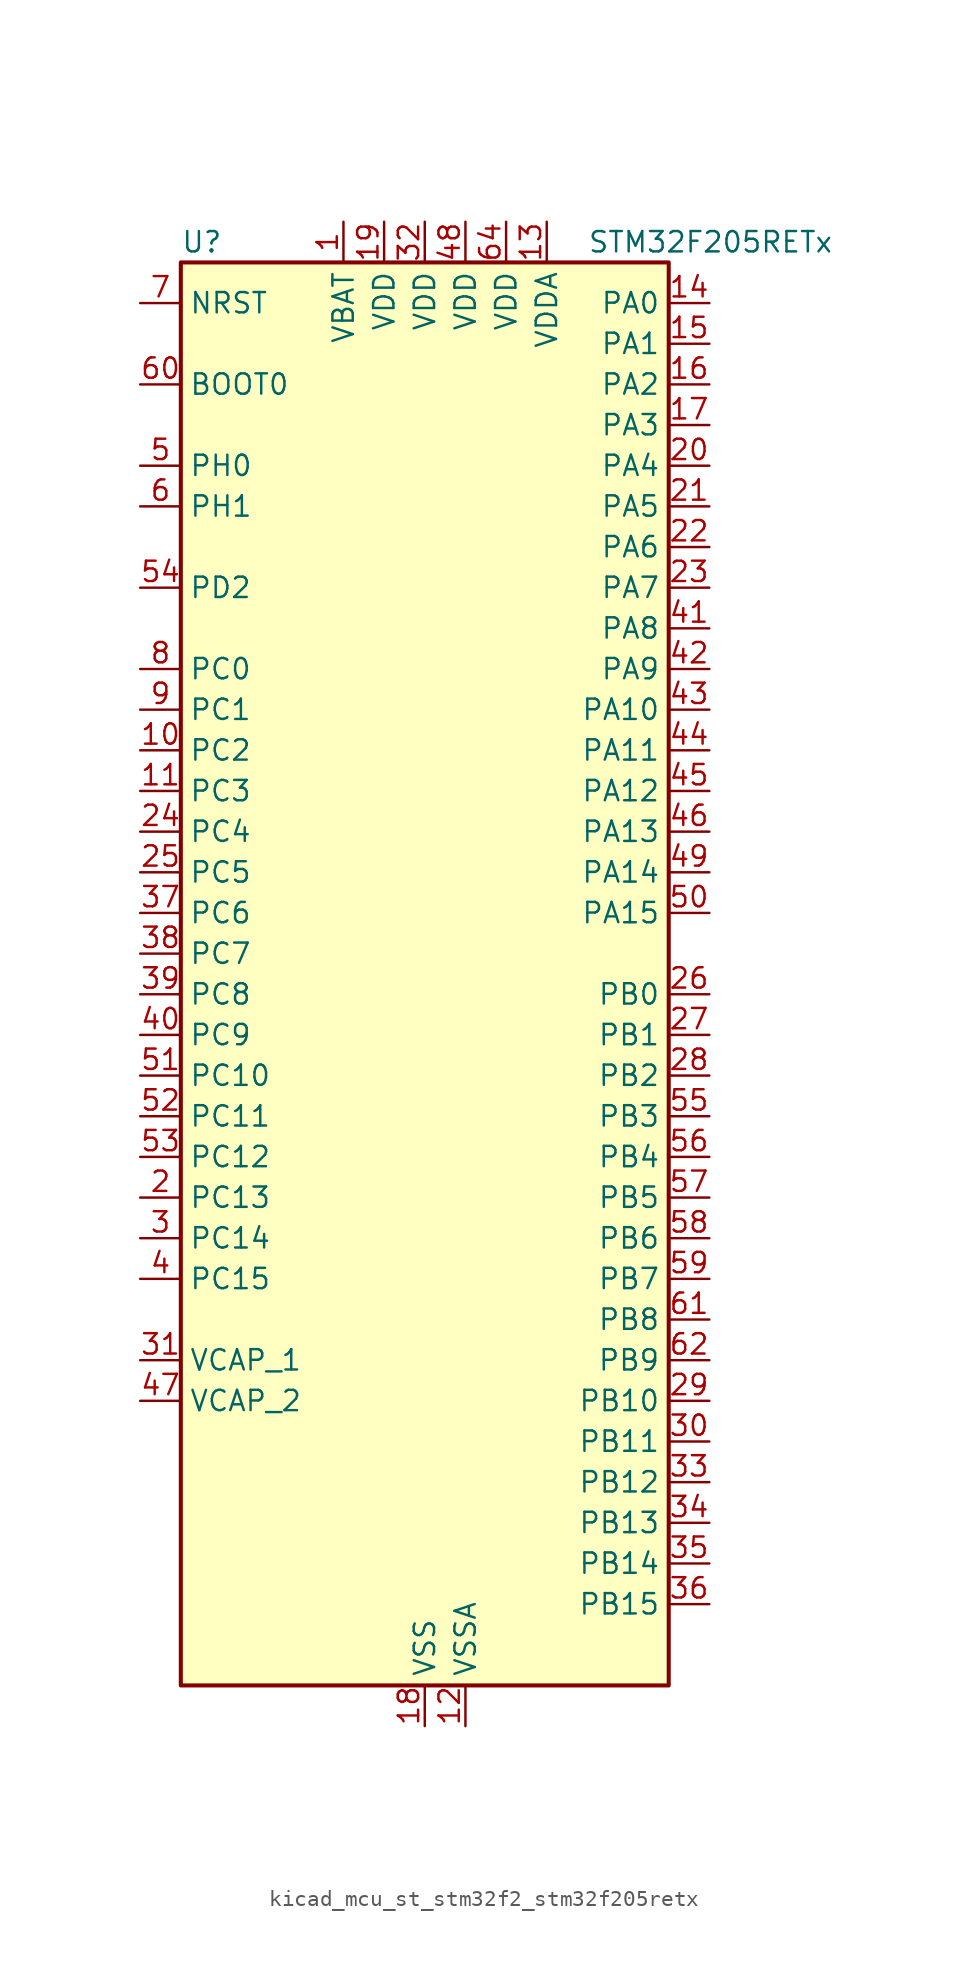
<source format=kicad_sym>
(kicad_symbol_lib
  (version 20220914)
  (generator kicad_symbol_editor)
  (symbol "kicad_mcu_st_stm32f2_stm32f205retx"
    (property "Reference" "U"
      (at -15.24 46.99 0)
      (effects (font (size 1.27 1.27)) (justify left)))
    (property "Value" "STM32F205RETx"
      (at 10.16 46.99 0)
      (effects (font (size 1.27 1.27)) (justify left)))
    (property "ki_locked" ""
      (at 0 0 0)
      (effects (font (size 1.27 1.27))))
    (symbol "kicad_mcu_st_stm32f2_stm32f205retx_0_1"
      (rectangle (start -15.24 -43.18) (end 15.24 45.72) (stroke (width 0.254) (type default)) (fill (type background))))
    (symbol "kicad_mcu_st_stm32f2_stm32f205retx_1_1"
      (pin power_in line (at -5.08 48.26 270) (length 2.54) (name "VBAT" (effects (font (size 1.27 1.27)))) (number "1" (effects (font (size 1.27 1.27)))))
      (pin bidirectional line (at -17.78 15.24 0) (length 2.54) (name "PC2" (effects (font (size 1.27 1.27)))) (number "10" (effects (font (size 1.27 1.27)))) (alternate "ADC1_IN12" bidirectional line) (alternate "ADC2_IN12" bidirectional line) (alternate "ADC3_IN12" bidirectional line) (alternate "SPI2_MISO" bidirectional line) (alternate "USB_OTG_HS_ULPI_DIR" bidirectional line))
      (pin bidirectional line (at -17.78 12.7 0) (length 2.54) (name "PC3" (effects (font (size 1.27 1.27)))) (number "11" (effects (font (size 1.27 1.27)))) (alternate "ADC1_IN13" bidirectional line) (alternate "ADC2_IN13" bidirectional line) (alternate "ADC3_IN13" bidirectional line) (alternate "I2S2_SD" bidirectional line) (alternate "SPI2_MOSI" bidirectional line) (alternate "USB_OTG_HS_ULPI_NXT" bidirectional line))
      (pin power_in line (at 2.54 -45.72 90) (length 2.54) (name "VSSA" (effects (font (size 1.27 1.27)))) (number "12" (effects (font (size 1.27 1.27)))))
      (pin power_in line (at 7.62 48.26 270) (length 2.54) (name "VDDA" (effects (font (size 1.27 1.27)))) (number "13" (effects (font (size 1.27 1.27)))))
      (pin bidirectional line (at 17.78 43.18 180) (length 2.54) (name "PA0" (effects (font (size 1.27 1.27)))) (number "14" (effects (font (size 1.27 1.27)))) (alternate "ADC1_IN0" bidirectional line) (alternate "ADC2_IN0" bidirectional line) (alternate "ADC3_IN0" bidirectional line) (alternate "SYS_WKUP" bidirectional line) (alternate "TIM2_CH1" bidirectional line) (alternate "TIM2_ETR" bidirectional line) (alternate "TIM5_CH1" bidirectional line) (alternate "TIM8_ETR" bidirectional line) (alternate "UART4_TX" bidirectional line) (alternate "USART2_CTS" bidirectional line))
      (pin bidirectional line (at 17.78 40.64 180) (length 2.54) (name "PA1" (effects (font (size 1.27 1.27)))) (number "15" (effects (font (size 1.27 1.27)))) (alternate "ADC1_IN1" bidirectional line) (alternate "ADC2_IN1" bidirectional line) (alternate "ADC3_IN1" bidirectional line) (alternate "TIM2_CH2" bidirectional line) (alternate "TIM5_CH2" bidirectional line) (alternate "UART4_RX" bidirectional line) (alternate "USART2_RTS" bidirectional line))
      (pin bidirectional line (at 17.78 38.1 180) (length 2.54) (name "PA2" (effects (font (size 1.27 1.27)))) (number "16" (effects (font (size 1.27 1.27)))) (alternate "ADC1_IN2" bidirectional line) (alternate "ADC2_IN2" bidirectional line) (alternate "ADC3_IN2" bidirectional line) (alternate "TIM2_CH3" bidirectional line) (alternate "TIM5_CH3" bidirectional line) (alternate "TIM9_CH1" bidirectional line) (alternate "USART2_TX" bidirectional line))
      (pin bidirectional line (at 17.78 35.56 180) (length 2.54) (name "PA3" (effects (font (size 1.27 1.27)))) (number "17" (effects (font (size 1.27 1.27)))) (alternate "ADC1_IN3" bidirectional line) (alternate "ADC2_IN3" bidirectional line) (alternate "ADC3_IN3" bidirectional line) (alternate "TIM2_CH4" bidirectional line) (alternate "TIM5_CH4" bidirectional line) (alternate "TIM9_CH2" bidirectional line) (alternate "USART2_RX" bidirectional line) (alternate "USB_OTG_HS_ULPI_D0" bidirectional line))
      (pin power_in line (at 0 -45.72 90) (length 2.54) (name "VSS" (effects (font (size 1.27 1.27)))) (number "18" (effects (font (size 1.27 1.27)))))
      (pin power_in line (at -2.54 48.26 270) (length 2.54) (name "VDD" (effects (font (size 1.27 1.27)))) (number "19" (effects (font (size 1.27 1.27)))))
      (pin bidirectional line (at -17.78 -12.7 0) (length 2.54) (name "PC13" (effects (font (size 1.27 1.27)))) (number "2" (effects (font (size 1.27 1.27)))) (alternate "RTC_AF1" bidirectional line))
      (pin bidirectional line (at 17.78 33.02 180) (length 2.54) (name "PA4" (effects (font (size 1.27 1.27)))) (number "20" (effects (font (size 1.27 1.27)))) (alternate "ADC1_IN4" bidirectional line) (alternate "ADC2_IN4" bidirectional line) (alternate "DAC_OUT1" bidirectional line) (alternate "I2S3_WS" bidirectional line) (alternate "SPI1_NSS" bidirectional line) (alternate "SPI3_NSS" bidirectional line) (alternate "USART2_CK" bidirectional line) (alternate "USB_OTG_HS_SOF" bidirectional line))
      (pin bidirectional line (at 17.78 30.48 180) (length 2.54) (name "PA5" (effects (font (size 1.27 1.27)))) (number "21" (effects (font (size 1.27 1.27)))) (alternate "ADC1_IN5" bidirectional line) (alternate "ADC2_IN5" bidirectional line) (alternate "DAC_OUT2" bidirectional line) (alternate "SPI1_SCK" bidirectional line) (alternate "TIM2_CH1" bidirectional line) (alternate "TIM2_ETR" bidirectional line) (alternate "TIM8_CH1N" bidirectional line) (alternate "USB_OTG_HS_ULPI_CK" bidirectional line))
      (pin bidirectional line (at 17.78 27.94 180) (length 2.54) (name "PA6" (effects (font (size 1.27 1.27)))) (number "22" (effects (font (size 1.27 1.27)))) (alternate "ADC1_IN6" bidirectional line) (alternate "ADC2_IN6" bidirectional line) (alternate "SPI1_MISO" bidirectional line) (alternate "TIM13_CH1" bidirectional line) (alternate "TIM1_BKIN" bidirectional line) (alternate "TIM3_CH1" bidirectional line) (alternate "TIM8_BKIN" bidirectional line))
      (pin bidirectional line (at 17.78 25.4 180) (length 2.54) (name "PA7" (effects (font (size 1.27 1.27)))) (number "23" (effects (font (size 1.27 1.27)))) (alternate "ADC1_IN7" bidirectional line) (alternate "ADC2_IN7" bidirectional line) (alternate "SPI1_MOSI" bidirectional line) (alternate "TIM14_CH1" bidirectional line) (alternate "TIM1_CH1N" bidirectional line) (alternate "TIM3_CH2" bidirectional line) (alternate "TIM8_CH1N" bidirectional line))
      (pin bidirectional line (at -17.78 10.16 0) (length 2.54) (name "PC4" (effects (font (size 1.27 1.27)))) (number "24" (effects (font (size 1.27 1.27)))) (alternate "ADC1_IN14" bidirectional line) (alternate "ADC2_IN14" bidirectional line))
      (pin bidirectional line (at -17.78 7.62 0) (length 2.54) (name "PC5" (effects (font (size 1.27 1.27)))) (number "25" (effects (font (size 1.27 1.27)))) (alternate "ADC1_IN15" bidirectional line) (alternate "ADC2_IN15" bidirectional line))
      (pin bidirectional line (at 17.78 0 180) (length 2.54) (name "PB0" (effects (font (size 1.27 1.27)))) (number "26" (effects (font (size 1.27 1.27)))) (alternate "ADC1_IN8" bidirectional line) (alternate "ADC2_IN8" bidirectional line) (alternate "TIM1_CH2N" bidirectional line) (alternate "TIM3_CH3" bidirectional line) (alternate "TIM8_CH2N" bidirectional line) (alternate "USB_OTG_HS_ULPI_D1" bidirectional line))
      (pin bidirectional line (at 17.78 -2.54 180) (length 2.54) (name "PB1" (effects (font (size 1.27 1.27)))) (number "27" (effects (font (size 1.27 1.27)))) (alternate "ADC1_IN9" bidirectional line) (alternate "ADC2_IN9" bidirectional line) (alternate "TIM1_CH3N" bidirectional line) (alternate "TIM3_CH4" bidirectional line) (alternate "TIM8_CH3N" bidirectional line) (alternate "USB_OTG_HS_ULPI_D2" bidirectional line))
      (pin bidirectional line (at 17.78 -5.08 180) (length 2.54) (name "PB2" (effects (font (size 1.27 1.27)))) (number "28" (effects (font (size 1.27 1.27)))))
      (pin bidirectional line (at 17.78 -25.4 180) (length 2.54) (name "PB10" (effects (font (size 1.27 1.27)))) (number "29" (effects (font (size 1.27 1.27)))) (alternate "I2C2_SCL" bidirectional line) (alternate "I2S2_SCK" bidirectional line) (alternate "SPI2_SCK" bidirectional line) (alternate "TIM2_CH3" bidirectional line) (alternate "USART3_TX" bidirectional line) (alternate "USB_OTG_HS_ULPI_D3" bidirectional line))
      (pin bidirectional line (at -17.78 -15.24 0) (length 2.54) (name "PC14" (effects (font (size 1.27 1.27)))) (number "3" (effects (font (size 1.27 1.27)))) (alternate "RCC_OSC32_IN" bidirectional line))
      (pin bidirectional line (at 17.78 -27.94 180) (length 2.54) (name "PB11" (effects (font (size 1.27 1.27)))) (number "30" (effects (font (size 1.27 1.27)))) (alternate "ADC1_EXTI11" bidirectional line) (alternate "ADC2_EXTI11" bidirectional line) (alternate "ADC3_EXTI11" bidirectional line) (alternate "I2C2_SDA" bidirectional line) (alternate "TIM2_CH4" bidirectional line) (alternate "USART3_RX" bidirectional line) (alternate "USB_OTG_HS_ULPI_D4" bidirectional line))
      (pin power_out line (at -17.78 -22.86 0) (length 2.54) (name "VCAP_1" (effects (font (size 1.27 1.27)))) (number "31" (effects (font (size 1.27 1.27)))))
      (pin power_in line (at 0 48.26 270) (length 2.54) (name "VDD" (effects (font (size 1.27 1.27)))) (number "32" (effects (font (size 1.27 1.27)))))
      (pin bidirectional line (at 17.78 -30.48 180) (length 2.54) (name "PB12" (effects (font (size 1.27 1.27)))) (number "33" (effects (font (size 1.27 1.27)))) (alternate "CAN2_RX" bidirectional line) (alternate "I2C2_SMBA" bidirectional line) (alternate "I2S2_WS" bidirectional line) (alternate "SPI2_NSS" bidirectional line) (alternate "TIM1_BKIN" bidirectional line) (alternate "USART3_CK" bidirectional line) (alternate "USB_OTG_HS_ID" bidirectional line) (alternate "USB_OTG_HS_ULPI_D5" bidirectional line))
      (pin bidirectional line (at 17.78 -33.02 180) (length 2.54) (name "PB13" (effects (font (size 1.27 1.27)))) (number "34" (effects (font (size 1.27 1.27)))) (alternate "CAN2_TX" bidirectional line) (alternate "I2S2_SCK" bidirectional line) (alternate "SPI2_SCK" bidirectional line) (alternate "TIM1_CH1N" bidirectional line) (alternate "USART3_CTS" bidirectional line) (alternate "USB_OTG_HS_ULPI_D6" bidirectional line) (alternate "USB_OTG_HS_VBUS" bidirectional line))
      (pin bidirectional line (at 17.78 -35.56 180) (length 2.54) (name "PB14" (effects (font (size 1.27 1.27)))) (number "35" (effects (font (size 1.27 1.27)))) (alternate "SPI2_MISO" bidirectional line) (alternate "TIM12_CH1" bidirectional line) (alternate "TIM1_CH2N" bidirectional line) (alternate "TIM8_CH2N" bidirectional line) (alternate "USART3_RTS" bidirectional line) (alternate "USB_OTG_HS_DM" bidirectional line))
      (pin bidirectional line (at 17.78 -38.1 180) (length 2.54) (name "PB15" (effects (font (size 1.27 1.27)))) (number "36" (effects (font (size 1.27 1.27)))) (alternate "ADC1_EXTI15" bidirectional line) (alternate "ADC2_EXTI15" bidirectional line) (alternate "ADC3_EXTI15" bidirectional line) (alternate "I2S2_SD" bidirectional line) (alternate "RTC_REFIN" bidirectional line) (alternate "SPI2_MOSI" bidirectional line) (alternate "TIM12_CH2" bidirectional line) (alternate "TIM1_CH3N" bidirectional line) (alternate "TIM8_CH3N" bidirectional line) (alternate "USB_OTG_HS_DP" bidirectional line))
      (pin bidirectional line (at -17.78 5.08 0) (length 2.54) (name "PC6" (effects (font (size 1.27 1.27)))) (number "37" (effects (font (size 1.27 1.27)))) (alternate "I2S2_MCK" bidirectional line) (alternate "SDIO_D6" bidirectional line) (alternate "TIM3_CH1" bidirectional line) (alternate "TIM8_CH1" bidirectional line) (alternate "USART6_TX" bidirectional line))
      (pin bidirectional line (at -17.78 2.54 0) (length 2.54) (name "PC7" (effects (font (size 1.27 1.27)))) (number "38" (effects (font (size 1.27 1.27)))) (alternate "I2S3_MCK" bidirectional line) (alternate "SDIO_D7" bidirectional line) (alternate "TIM3_CH2" bidirectional line) (alternate "TIM8_CH2" bidirectional line) (alternate "USART6_RX" bidirectional line))
      (pin bidirectional line (at -17.78 0 0) (length 2.54) (name "PC8" (effects (font (size 1.27 1.27)))) (number "39" (effects (font (size 1.27 1.27)))) (alternate "SDIO_D0" bidirectional line) (alternate "TIM3_CH3" bidirectional line) (alternate "TIM8_CH3" bidirectional line) (alternate "USART6_CK" bidirectional line))
      (pin bidirectional line (at -17.78 -17.78 0) (length 2.54) (name "PC15" (effects (font (size 1.27 1.27)))) (number "4" (effects (font (size 1.27 1.27)))) (alternate "ADC1_EXTI15" bidirectional line) (alternate "ADC2_EXTI15" bidirectional line) (alternate "ADC3_EXTI15" bidirectional line) (alternate "RCC_OSC32_OUT" bidirectional line))
      (pin bidirectional line (at -17.78 -2.54 0) (length 2.54) (name "PC9" (effects (font (size 1.27 1.27)))) (number "40" (effects (font (size 1.27 1.27)))) (alternate "DAC_EXTI9" bidirectional line) (alternate "I2C3_SDA" bidirectional line) (alternate "I2S_CKIN" bidirectional line) (alternate "RCC_MCO_2" bidirectional line) (alternate "SDIO_D1" bidirectional line) (alternate "TIM3_CH4" bidirectional line) (alternate "TIM8_CH4" bidirectional line))
      (pin bidirectional line (at 17.78 22.86 180) (length 2.54) (name "PA8" (effects (font (size 1.27 1.27)))) (number "41" (effects (font (size 1.27 1.27)))) (alternate "I2C3_SCL" bidirectional line) (alternate "RCC_MCO_1" bidirectional line) (alternate "TIM1_CH1" bidirectional line) (alternate "USART1_CK" bidirectional line) (alternate "USB_OTG_FS_SOF" bidirectional line))
      (pin bidirectional line (at 17.78 20.32 180) (length 2.54) (name "PA9" (effects (font (size 1.27 1.27)))) (number "42" (effects (font (size 1.27 1.27)))) (alternate "DAC_EXTI9" bidirectional line) (alternate "I2C3_SMBA" bidirectional line) (alternate "TIM1_CH2" bidirectional line) (alternate "USART1_TX" bidirectional line) (alternate "USB_OTG_FS_VBUS" bidirectional line))
      (pin bidirectional line (at 17.78 17.78 180) (length 2.54) (name "PA10" (effects (font (size 1.27 1.27)))) (number "43" (effects (font (size 1.27 1.27)))) (alternate "TIM1_CH3" bidirectional line) (alternate "USART1_RX" bidirectional line) (alternate "USB_OTG_FS_ID" bidirectional line))
      (pin bidirectional line (at 17.78 15.24 180) (length 2.54) (name "PA11" (effects (font (size 1.27 1.27)))) (number "44" (effects (font (size 1.27 1.27)))) (alternate "ADC1_EXTI11" bidirectional line) (alternate "ADC2_EXTI11" bidirectional line) (alternate "ADC3_EXTI11" bidirectional line) (alternate "CAN1_RX" bidirectional line) (alternate "TIM1_CH4" bidirectional line) (alternate "USART1_CTS" bidirectional line) (alternate "USB_OTG_FS_DM" bidirectional line))
      (pin bidirectional line (at 17.78 12.7 180) (length 2.54) (name "PA12" (effects (font (size 1.27 1.27)))) (number "45" (effects (font (size 1.27 1.27)))) (alternate "CAN1_TX" bidirectional line) (alternate "TIM1_ETR" bidirectional line) (alternate "USART1_RTS" bidirectional line) (alternate "USB_OTG_FS_DP" bidirectional line))
      (pin bidirectional line (at 17.78 10.16 180) (length 2.54) (name "PA13" (effects (font (size 1.27 1.27)))) (number "46" (effects (font (size 1.27 1.27)))) (alternate "SYS_JTMS-SWDIO" bidirectional line))
      (pin power_out line (at -17.78 -25.4 0) (length 2.54) (name "VCAP_2" (effects (font (size 1.27 1.27)))) (number "47" (effects (font (size 1.27 1.27)))))
      (pin power_in line (at 2.54 48.26 270) (length 2.54) (name "VDD" (effects (font (size 1.27 1.27)))) (number "48" (effects (font (size 1.27 1.27)))))
      (pin bidirectional line (at 17.78 7.62 180) (length 2.54) (name "PA14" (effects (font (size 1.27 1.27)))) (number "49" (effects (font (size 1.27 1.27)))) (alternate "SYS_JTCK-SWCLK" bidirectional line))
      (pin bidirectional line (at -17.78 33.02 0) (length 2.54) (name "PH0" (effects (font (size 1.27 1.27)))) (number "5" (effects (font (size 1.27 1.27)))) (alternate "RCC_OSC_IN" bidirectional line))
      (pin bidirectional line (at 17.78 5.08 180) (length 2.54) (name "PA15" (effects (font (size 1.27 1.27)))) (number "50" (effects (font (size 1.27 1.27)))) (alternate "ADC1_EXTI15" bidirectional line) (alternate "ADC2_EXTI15" bidirectional line) (alternate "ADC3_EXTI15" bidirectional line) (alternate "I2S3_WS" bidirectional line) (alternate "SPI1_NSS" bidirectional line) (alternate "SPI3_NSS" bidirectional line) (alternate "SYS_JTDI" bidirectional line) (alternate "TIM2_CH1" bidirectional line) (alternate "TIM2_ETR" bidirectional line))
      (pin bidirectional line (at -17.78 -5.08 0) (length 2.54) (name "PC10" (effects (font (size 1.27 1.27)))) (number "51" (effects (font (size 1.27 1.27)))) (alternate "I2S3_SCK" bidirectional line) (alternate "SDIO_D2" bidirectional line) (alternate "SPI3_SCK" bidirectional line) (alternate "UART4_TX" bidirectional line) (alternate "USART3_TX" bidirectional line))
      (pin bidirectional line (at -17.78 -7.62 0) (length 2.54) (name "PC11" (effects (font (size 1.27 1.27)))) (number "52" (effects (font (size 1.27 1.27)))) (alternate "ADC1_EXTI11" bidirectional line) (alternate "ADC2_EXTI11" bidirectional line) (alternate "ADC3_EXTI11" bidirectional line) (alternate "SDIO_D3" bidirectional line) (alternate "SPI3_MISO" bidirectional line) (alternate "UART4_RX" bidirectional line) (alternate "USART3_RX" bidirectional line))
      (pin bidirectional line (at -17.78 -10.16 0) (length 2.54) (name "PC12" (effects (font (size 1.27 1.27)))) (number "53" (effects (font (size 1.27 1.27)))) (alternate "I2S3_SD" bidirectional line) (alternate "SDIO_CK" bidirectional line) (alternate "SPI3_MOSI" bidirectional line) (alternate "UART5_TX" bidirectional line) (alternate "USART3_CK" bidirectional line))
      (pin bidirectional line (at -17.78 25.4 0) (length 2.54) (name "PD2" (effects (font (size 1.27 1.27)))) (number "54" (effects (font (size 1.27 1.27)))) (alternate "SDIO_CMD" bidirectional line) (alternate "TIM3_ETR" bidirectional line) (alternate "UART5_RX" bidirectional line))
      (pin bidirectional line (at 17.78 -7.62 180) (length 2.54) (name "PB3" (effects (font (size 1.27 1.27)))) (number "55" (effects (font (size 1.27 1.27)))) (alternate "I2S3_SCK" bidirectional line) (alternate "SPI1_SCK" bidirectional line) (alternate "SPI3_SCK" bidirectional line) (alternate "SYS_JTDO-SWO" bidirectional line) (alternate "TIM2_CH2" bidirectional line))
      (pin bidirectional line (at 17.78 -10.16 180) (length 2.54) (name "PB4" (effects (font (size 1.27 1.27)))) (number "56" (effects (font (size 1.27 1.27)))) (alternate "SPI1_MISO" bidirectional line) (alternate "SPI3_MISO" bidirectional line) (alternate "SYS_JTRST" bidirectional line) (alternate "TIM3_CH1" bidirectional line))
      (pin bidirectional line (at 17.78 -12.7 180) (length 2.54) (name "PB5" (effects (font (size 1.27 1.27)))) (number "57" (effects (font (size 1.27 1.27)))) (alternate "CAN2_RX" bidirectional line) (alternate "I2C1_SMBA" bidirectional line) (alternate "I2S3_SD" bidirectional line) (alternate "SPI1_MOSI" bidirectional line) (alternate "SPI3_MOSI" bidirectional line) (alternate "TIM3_CH2" bidirectional line) (alternate "USB_OTG_HS_ULPI_D7" bidirectional line))
      (pin bidirectional line (at 17.78 -15.24 180) (length 2.54) (name "PB6" (effects (font (size 1.27 1.27)))) (number "58" (effects (font (size 1.27 1.27)))) (alternate "CAN2_TX" bidirectional line) (alternate "I2C1_SCL" bidirectional line) (alternate "TIM4_CH1" bidirectional line) (alternate "USART1_TX" bidirectional line))
      (pin bidirectional line (at 17.78 -17.78 180) (length 2.54) (name "PB7" (effects (font (size 1.27 1.27)))) (number "59" (effects (font (size 1.27 1.27)))) (alternate "I2C1_SDA" bidirectional line) (alternate "TIM4_CH2" bidirectional line) (alternate "USART1_RX" bidirectional line))
      (pin bidirectional line (at -17.78 30.48 0) (length 2.54) (name "PH1" (effects (font (size 1.27 1.27)))) (number "6" (effects (font (size 1.27 1.27)))) (alternate "RCC_OSC_OUT" bidirectional line))
      (pin input line (at -17.78 38.1 0) (length 2.54) (name "BOOT0" (effects (font (size 1.27 1.27)))) (number "60" (effects (font (size 1.27 1.27)))))
      (pin bidirectional line (at 17.78 -20.32 180) (length 2.54) (name "PB8" (effects (font (size 1.27 1.27)))) (number "61" (effects (font (size 1.27 1.27)))) (alternate "CAN1_RX" bidirectional line) (alternate "I2C1_SCL" bidirectional line) (alternate "SDIO_D4" bidirectional line) (alternate "TIM10_CH1" bidirectional line) (alternate "TIM4_CH3" bidirectional line))
      (pin bidirectional line (at 17.78 -22.86 180) (length 2.54) (name "PB9" (effects (font (size 1.27 1.27)))) (number "62" (effects (font (size 1.27 1.27)))) (alternate "CAN1_TX" bidirectional line) (alternate "DAC_EXTI9" bidirectional line) (alternate "I2C1_SDA" bidirectional line) (alternate "I2S2_WS" bidirectional line) (alternate "SDIO_D5" bidirectional line) (alternate "SPI2_NSS" bidirectional line) (alternate "TIM11_CH1" bidirectional line) (alternate "TIM4_CH4" bidirectional line))
      (pin passive line (at 0 -45.72 90) (length 2.54) hide (name "VSS" (effects (font (size 1.27 1.27)))) (number "63" (effects (font (size 1.27 1.27)))))
      (pin power_in line (at 5.08 48.26 270) (length 2.54) (name "VDD" (effects (font (size 1.27 1.27)))) (number "64" (effects (font (size 1.27 1.27)))))
      (pin input line (at -17.78 43.18 0) (length 2.54) (name "NRST" (effects (font (size 1.27 1.27)))) (number "7" (effects (font (size 1.27 1.27)))))
      (pin bidirectional line (at -17.78 20.32 0) (length 2.54) (name "PC0" (effects (font (size 1.27 1.27)))) (number "8" (effects (font (size 1.27 1.27)))) (alternate "ADC1_IN10" bidirectional line) (alternate "ADC2_IN10" bidirectional line) (alternate "ADC3_IN10" bidirectional line) (alternate "USB_OTG_HS_ULPI_STP" bidirectional line))
      (pin bidirectional line (at -17.78 17.78 0) (length 2.54) (name "PC1" (effects (font (size 1.27 1.27)))) (number "9" (effects (font (size 1.27 1.27)))) (alternate "ADC1_IN11" bidirectional line) (alternate "ADC2_IN11" bidirectional line) (alternate "ADC3_IN11" bidirectional line)))))
</source>
